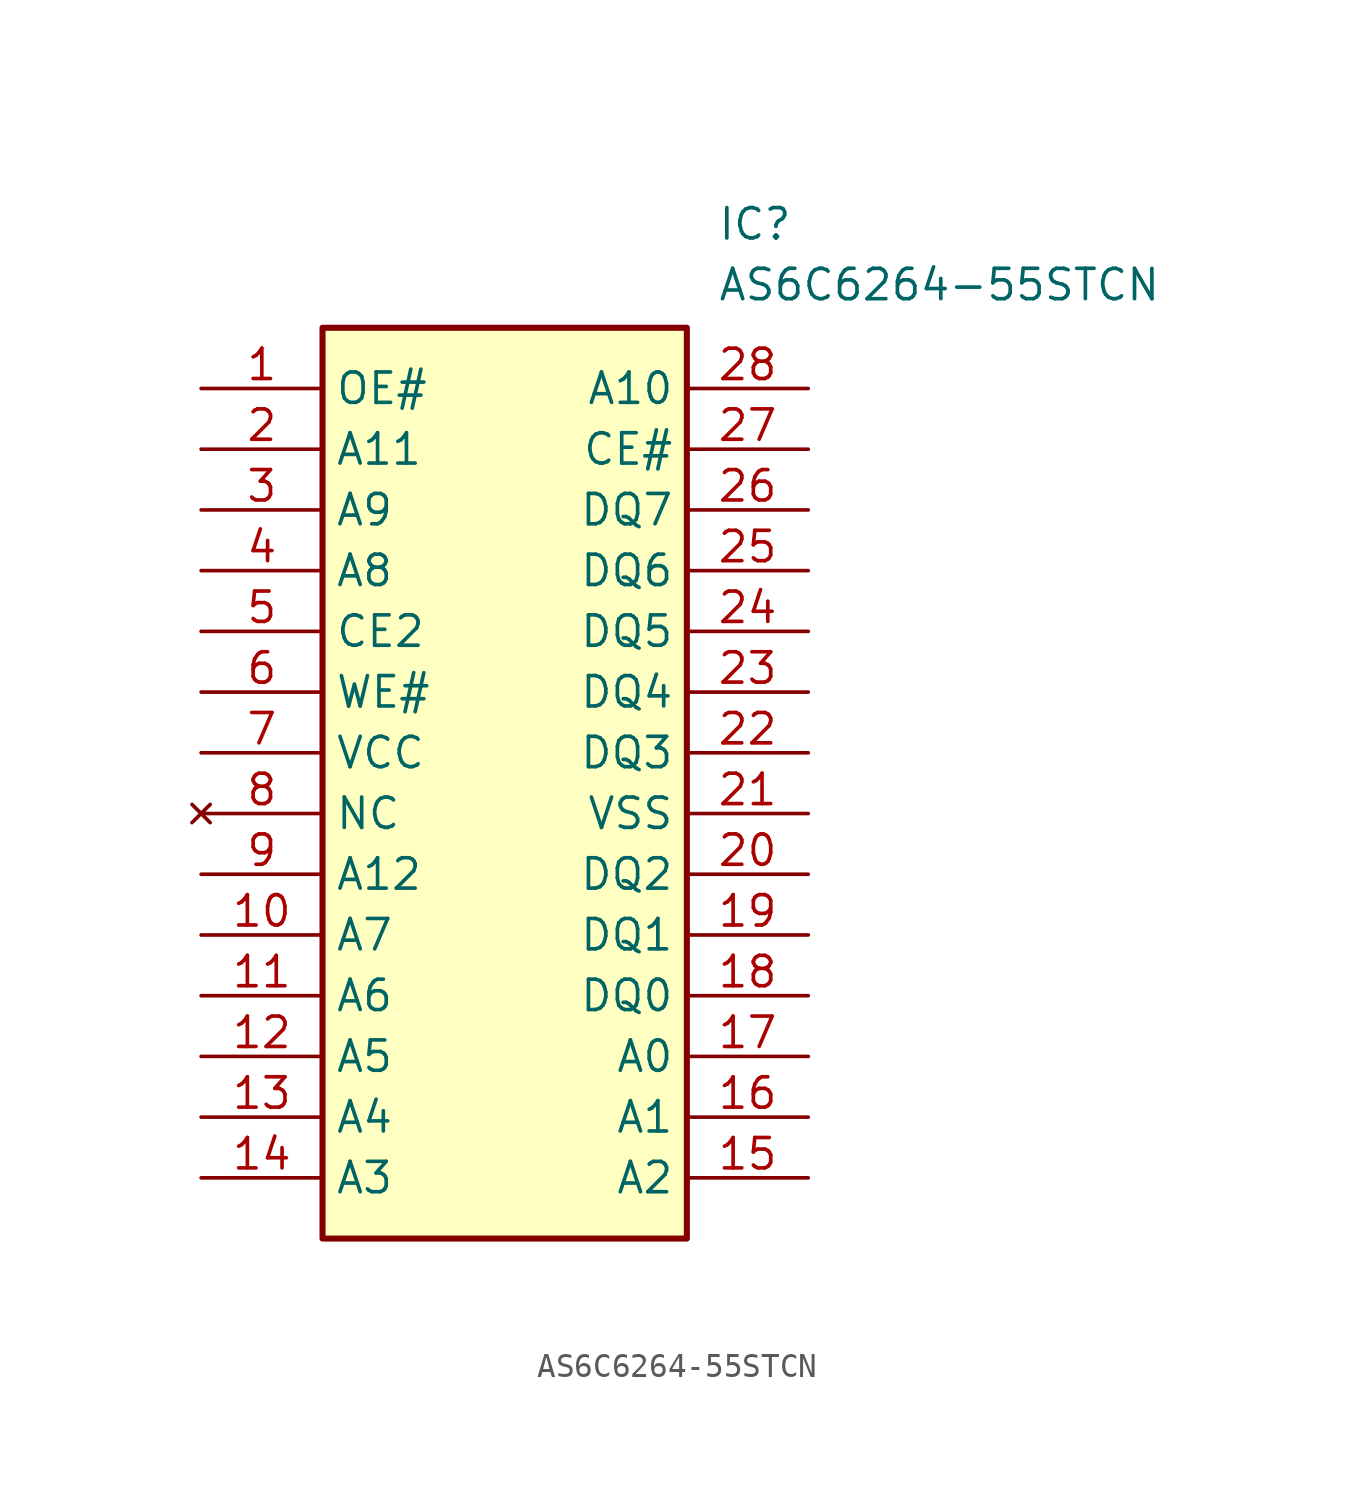
<source format=kicad_sym>
(kicad_symbol_lib
  (version 20211014)
  (generator SamacSys_ECAD_Model)
  (symbol "AS6C6264-55STCN"
    (property "Reference" "IC"
      (at 21.59 7.62 0)
      (effects (font (size 1.27 1.27)) (justify left top)))
    (property "Value" "AS6C6264-55STCN"
      (at 21.59 5.08 0)
      (effects (font (size 1.27 1.27)) (justify left top)))
    (rectangle
      (start 5.08 2.54)
      (end 20.32 -35.56)
      (stroke (width 0.254) (type default))
      (fill (type background)))
    (pin passive line
      (at 0 0 0)
      (length 5.08)
      (name "OE#" (effects (font (size 1.27 1.27))))
      (number "1" (effects (font (size 1.27 1.27)))))
    (pin passive line
      (at 0 -2.54 0)
      (length 5.08)
      (name "A11" (effects (font (size 1.27 1.27))))
      (number "2" (effects (font (size 1.27 1.27)))))
    (pin passive line
      (at 0 -5.08 0)
      (length 5.08)
      (name "A9" (effects (font (size 1.27 1.27))))
      (number "3" (effects (font (size 1.27 1.27)))))
    (pin passive line
      (at 0 -7.62 0)
      (length 5.08)
      (name "A8" (effects (font (size 1.27 1.27))))
      (number "4" (effects (font (size 1.27 1.27)))))
    (pin passive line
      (at 0 -10.16 0)
      (length 5.08)
      (name "CE2" (effects (font (size 1.27 1.27))))
      (number "5" (effects (font (size 1.27 1.27)))))
    (pin passive line
      (at 0 -12.7 0)
      (length 5.08)
      (name "WE#" (effects (font (size 1.27 1.27))))
      (number "6" (effects (font (size 1.27 1.27)))))
    (pin passive line
      (at 0 -15.24 0)
      (length 5.08)
      (name "VCC" (effects (font (size 1.27 1.27))))
      (number "7" (effects (font (size 1.27 1.27)))))
    (pin no_connect line
      (at 0 -17.78 0)
      (length 5.08)
      (name "NC" (effects (font (size 1.27 1.27))))
      (number "8" (effects (font (size 1.27 1.27)))))
    (pin passive line
      (at 0 -20.32 0)
      (length 5.08)
      (name "A12" (effects (font (size 1.27 1.27))))
      (number "9" (effects (font (size 1.27 1.27)))))
    (pin passive line
      (at 0 -22.86 0)
      (length 5.08)
      (name "A7" (effects (font (size 1.27 1.27))))
      (number "10" (effects (font (size 1.27 1.27)))))
    (pin passive line
      (at 0 -25.4 0)
      (length 5.08)
      (name "A6" (effects (font (size 1.27 1.27))))
      (number "11" (effects (font (size 1.27 1.27)))))
    (pin passive line
      (at 0 -27.94 0)
      (length 5.08)
      (name "A5" (effects (font (size 1.27 1.27))))
      (number "12" (effects (font (size 1.27 1.27)))))
    (pin passive line
      (at 0 -30.48 0)
      (length 5.08)
      (name "A4" (effects (font (size 1.27 1.27))))
      (number "13" (effects (font (size 1.27 1.27)))))
    (pin passive line
      (at 0 -33.02 0)
      (length 5.08)
      (name "A3" (effects (font (size 1.27 1.27))))
      (number "14" (effects (font (size 1.27 1.27)))))
    (pin passive line
      (at 25.4 0 180)
      (length 5.08)
      (name "A10" (effects (font (size 1.27 1.27))))
      (number "28" (effects (font (size 1.27 1.27)))))
    (pin passive line
      (at 25.4 -2.54 180)
      (length 5.08)
      (name "CE#" (effects (font (size 1.27 1.27))))
      (number "27" (effects (font (size 1.27 1.27)))))
    (pin passive line
      (at 25.4 -5.08 180)
      (length 5.08)
      (name "DQ7" (effects (font (size 1.27 1.27))))
      (number "26" (effects (font (size 1.27 1.27)))))
    (pin passive line
      (at 25.4 -7.62 180)
      (length 5.08)
      (name "DQ6" (effects (font (size 1.27 1.27))))
      (number "25" (effects (font (size 1.27 1.27)))))
    (pin passive line
      (at 25.4 -10.16 180)
      (length 5.08)
      (name "DQ5" (effects (font (size 1.27 1.27))))
      (number "24" (effects (font (size 1.27 1.27)))))
    (pin passive line
      (at 25.4 -12.7 180)
      (length 5.08)
      (name "DQ4" (effects (font (size 1.27 1.27))))
      (number "23" (effects (font (size 1.27 1.27)))))
    (pin passive line
      (at 25.4 -15.24 180)
      (length 5.08)
      (name "DQ3" (effects (font (size 1.27 1.27))))
      (number "22" (effects (font (size 1.27 1.27)))))
    (pin passive line
      (at 25.4 -17.78 180)
      (length 5.08)
      (name "VSS" (effects (font (size 1.27 1.27))))
      (number "21" (effects (font (size 1.27 1.27)))))
    (pin passive line
      (at 25.4 -20.32 180)
      (length 5.08)
      (name "DQ2" (effects (font (size 1.27 1.27))))
      (number "20" (effects (font (size 1.27 1.27)))))
    (pin passive line
      (at 25.4 -22.86 180)
      (length 5.08)
      (name "DQ1" (effects (font (size 1.27 1.27))))
      (number "19" (effects (font (size 1.27 1.27)))))
    (pin passive line
      (at 25.4 -25.4 180)
      (length 5.08)
      (name "DQ0" (effects (font (size 1.27 1.27))))
      (number "18" (effects (font (size 1.27 1.27)))))
    (pin passive line
      (at 25.4 -27.94 180)
      (length 5.08)
      (name "A0" (effects (font (size 1.27 1.27))))
      (number "17" (effects (font (size 1.27 1.27)))))
    (pin passive line
      (at 25.4 -30.48 180)
      (length 5.08)
      (name "A1" (effects (font (size 1.27 1.27))))
      (number "16" (effects (font (size 1.27 1.27)))))
    (pin passive line
      (at 25.4 -33.02 180)
      (length 5.08)
      (name "A2" (effects (font (size 1.27 1.27))))
      (number "15" (effects (font (size 1.27 1.27)))))))
</source>
